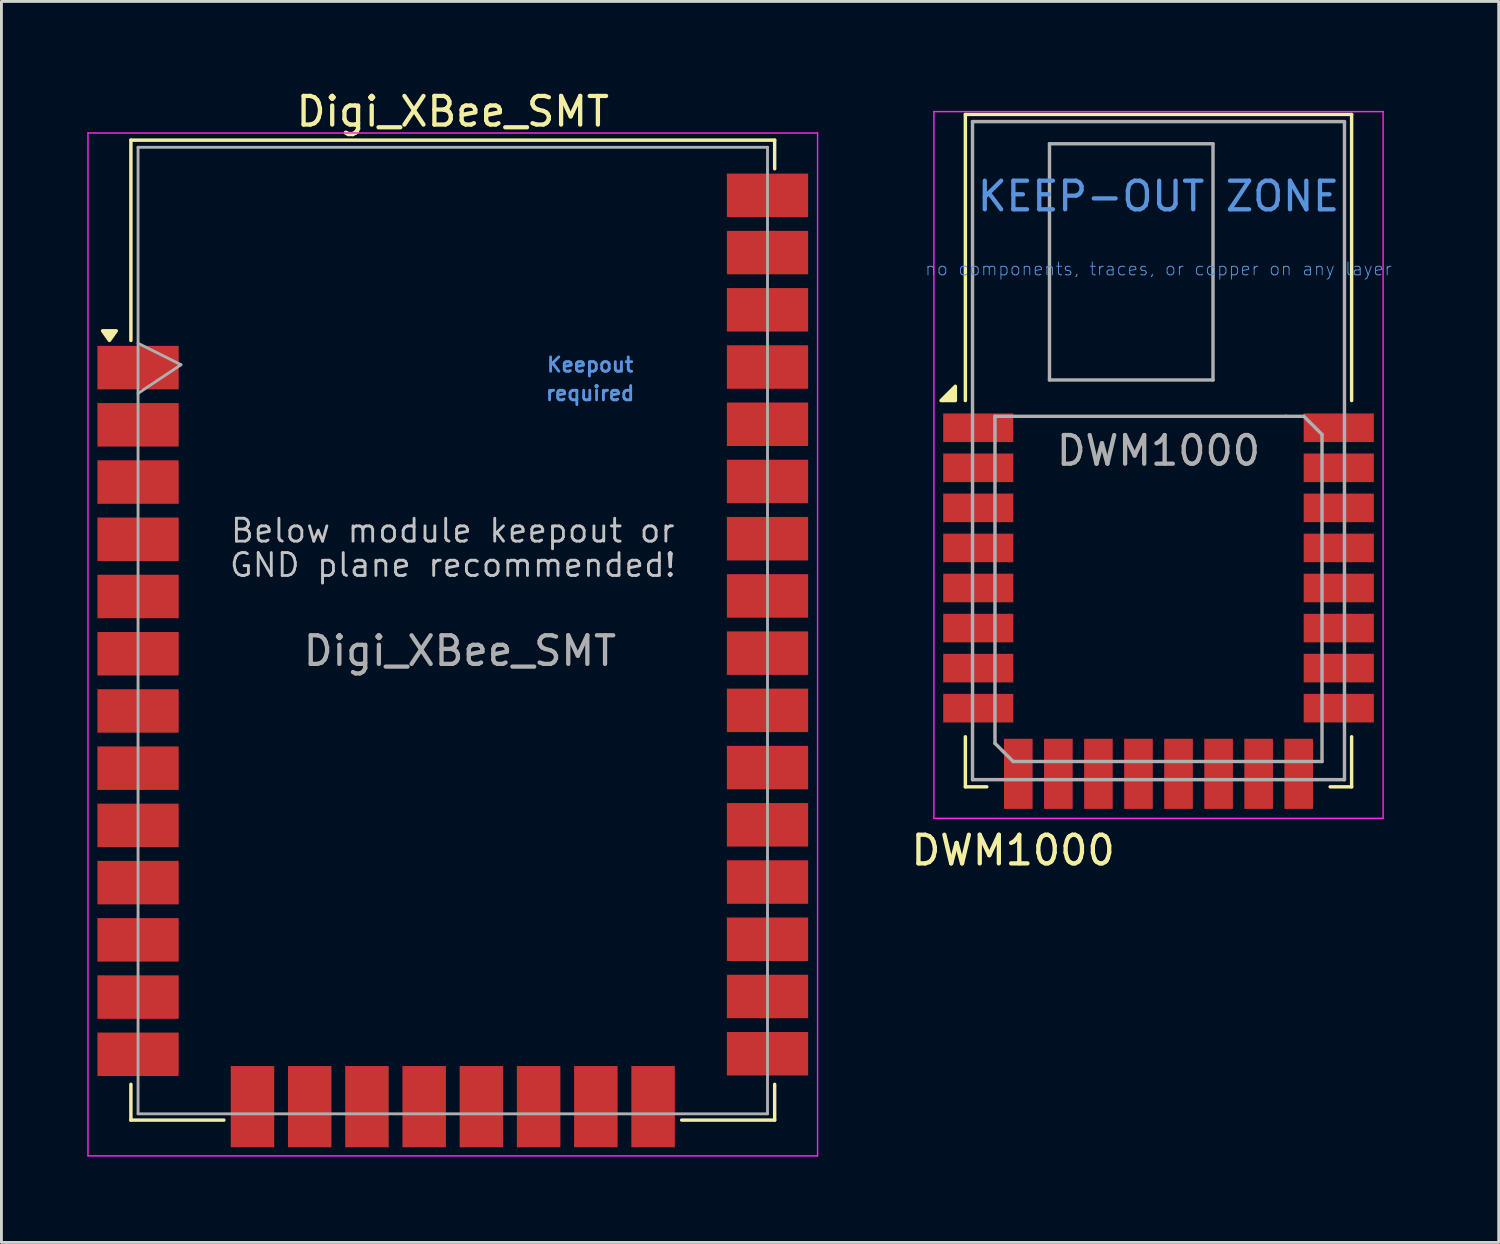
<source format=kicad_pcb>
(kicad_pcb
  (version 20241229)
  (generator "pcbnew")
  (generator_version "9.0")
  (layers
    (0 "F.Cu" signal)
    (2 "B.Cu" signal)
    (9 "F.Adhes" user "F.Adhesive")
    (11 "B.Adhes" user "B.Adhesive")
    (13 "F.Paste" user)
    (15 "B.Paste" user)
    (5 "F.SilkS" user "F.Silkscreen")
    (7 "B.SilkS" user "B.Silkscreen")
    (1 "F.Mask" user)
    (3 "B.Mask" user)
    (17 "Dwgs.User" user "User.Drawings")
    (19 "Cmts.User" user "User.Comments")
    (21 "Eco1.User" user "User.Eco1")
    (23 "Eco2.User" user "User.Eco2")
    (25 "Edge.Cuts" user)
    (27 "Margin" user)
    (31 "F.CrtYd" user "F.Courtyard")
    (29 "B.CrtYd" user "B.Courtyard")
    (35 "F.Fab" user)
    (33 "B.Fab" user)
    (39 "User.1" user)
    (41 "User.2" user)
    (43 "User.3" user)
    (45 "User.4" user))
  (footprint "DWM1000"
    (layer "F.Cu")
    (at 37.44 12.7)
    (property "Reference" "DWM1000" (at -5.08 13.97 0) (layer "F.SilkS") (effects (font (size 1 1) (thickness 0.15))))
    (attr smd)
    (fp_line (start -6.75 -11.75) (end -6.75 -1.75) (stroke (width 0.12) (type solid)) (layer "F.SilkS"))
    (fp_line (start -6.75 -11.75) (end 6.75 -11.75) (stroke (width 0.12) (type solid)) (layer "F.SilkS"))
    (fp_line (start -6.75 11.75) (end -6.75 10) (stroke (width 0.12) (type solid)) (layer "F.SilkS"))
    (fp_line (start -6 11.75) (end -6.75 11.75) (stroke (width 0.12) (type solid)) (layer "F.SilkS"))
    (fp_line (start 6 11.75) (end 6.75 11.75) (stroke (width 0.12) (type solid)) (layer "F.SilkS"))
    (fp_line (start 6.75 -11.75) (end 6.75 -1.75) (stroke (width 0.12) (type solid)) (layer "F.SilkS"))
    (fp_line (start 6.75 11.75) (end 6.75 10) (stroke (width 0.12) (type solid)) (layer "F.SilkS"))
    (fp_poly (pts (xy -7.1 -1.75) (xy -7.6 -1.75) (xy -7.1 -2.25) (xy -7.1 -1.75)) (stroke (width 0.12) (type solid)) (fill yes) (layer "F.SilkS"))
    (fp_line (start -7.85 -11.85) (end -7.85 12.85) (stroke (width 0.05) (type solid)) (layer "F.CrtYd"))
    (fp_line (start -7.85 12.85) (end 7.85 12.85) (stroke (width 0.05) (type solid)) (layer "F.CrtYd"))
    (fp_line (start 7.85 -11.85) (end -7.85 -11.85) (stroke (width 0.05) (type solid)) (layer "F.CrtYd"))
    (fp_line (start 7.85 12.85) (end 7.85 -11.85) (stroke (width 0.05) (type solid)) (layer "F.CrtYd"))
    (fp_line (start -6.5 -11.5) (end -6.5 11.5) (stroke (width 0.12) (type solid)) (layer "F.Fab"))
    (fp_line (start -6.5 11.5) (end 6.5 11.5) (stroke (width 0.12) (type solid)) (layer "F.Fab"))
    (fp_line (start -5.715 -1.2) (end 4.445 -1.2) (stroke (width 0.12) (type solid)) (layer "F.Fab"))
    (fp_line (start -5.715 10.23) (end -5.715 -1.2) (stroke (width 0.12) (type solid)) (layer "F.Fab"))
    (fp_line (start -5.08 10.865) (end -5.715 10.23) (stroke (width 0.12) (type solid)) (layer "F.Fab"))
    (fp_line (start -3.81 -10.725) (end 1.905 -10.725) (stroke (width 0.12) (type solid)) (layer "F.Fab"))
    (fp_line (start -3.81 -2.47) (end -3.81 -10.725) (stroke (width 0.12) (type solid)) (layer "F.Fab"))
    (fp_line (start 1.905 -10.725) (end 1.905 -2.47) (stroke (width 0.12) (type solid)) (layer "F.Fab"))
    (fp_line (start 1.905 -2.47) (end -3.81 -2.47) (stroke (width 0.12) (type solid)) (layer "F.Fab"))
    (fp_line (start 4.445 -1.2) (end 5.08 -1.2) (stroke (width 0.12) (type solid)) (layer "F.Fab"))
    (fp_line (start 5.08 -1.2) (end 5.715 -0.565) (stroke (width 0.12) (type solid)) (layer "F.Fab"))
    (fp_line (start 5.715 -0.565) (end 5.715 10.865) (stroke (width 0.12) (type solid)) (layer "F.Fab"))
    (fp_line (start 5.715 10.865) (end -5.08 10.865) (stroke (width 0.12) (type solid)) (layer "F.Fab"))
    (fp_line (start 6.5 -11.5) (end -6.5 -11.5) (stroke (width 0.12) (type solid)) (layer "F.Fab"))
    (fp_line (start 6.5 11.5) (end 6.5 -11.5) (stroke (width 0.12) (type solid)) (layer "F.Fab"))
    (fp_text user "KEEP-OUT ZONE" (at 0 -8.89 0) (layer "Cmts.User") (effects (font (size 1 1) (thickness 0.15))))
    (fp_text user "no components, traces, or copper on any layer" (at 0 -6.35 0) (layer "Cmts.User") (effects (font (size 0.45 0.45) (thickness 0.032))))
    (fp_text user "${REFERENCE}" (at 0 0 0) (layer "F.Fab") (effects (font (size 1 1) (thickness 0.15))))
    (pad "1" smd rect (at -6.3 -0.799 90) (size 1 2.45) (layers "F.Cu" "F.Mask" "F.Paste"))
    (pad "2" smd rect (at -6.3 0.601 90) (size 1 2.45) (layers "F.Cu" "F.Mask" "F.Paste"))
    (pad "3" smd rect (at -6.3 2.001 90) (size 1 2.45) (layers "F.Cu" "F.Mask" "F.Paste"))
    (pad "4" smd rect (at -6.3 3.401 90) (size 1 2.45) (layers "F.Cu" "F.Mask" "F.Paste"))
    (pad "5" smd rect (at -6.3 4.801 90) (size 1 2.45) (layers "F.Cu" "F.Mask" "F.Paste"))
    (pad "6" smd rect (at -6.3 6.201 90) (size 1 2.45) (layers "F.Cu" "F.Mask" "F.Paste"))
    (pad "7" smd rect (at -6.3 7.601 90) (size 1 2.45) (layers "F.Cu" "F.Mask" "F.Paste"))
    (pad "8" smd rect (at -6.3 9.001 90) (size 1 2.45) (layers "F.Cu" "F.Mask" "F.Paste"))
    (pad "9" smd rect (at -4.9 11.296) (size 1 2.45) (layers "F.Cu" "F.Mask" "F.Paste"))
    (pad "10" smd rect (at -3.5 11.296) (size 1 2.45) (layers "F.Cu" "F.Mask" "F.Paste"))
    (pad "11" smd rect (at -2.1 11.296) (size 1 2.45) (layers "F.Cu" "F.Mask" "F.Paste"))
    (pad "12" smd rect (at -0.7 11.296) (size 1 2.45) (layers "F.Cu" "F.Mask" "F.Paste"))
    (pad "13" smd rect (at 0.7 11.296) (size 1 2.45) (layers "F.Cu" "F.Mask" "F.Paste"))
    (pad "14" smd rect (at 2.1 11.296) (size 1 2.45) (layers "F.Cu" "F.Mask" "F.Paste"))
    (pad "15" smd rect (at 3.5 11.296) (size 1 2.45) (layers "F.Cu" "F.Mask" "F.Paste"))
    (pad "16" smd rect (at 4.9 11.296) (size 1 2.45) (layers "F.Cu" "F.Mask" "F.Paste"))
    (pad "17" smd rect (at 6.3 9 90) (size 1 2.45) (layers "F.Cu" "F.Mask" "F.Paste"))
    (pad "18" smd rect (at 6.3 7.6 90) (size 1 2.45) (layers "F.Cu" "F.Mask" "F.Paste"))
    (pad "19" smd rect (at 6.3 6.201 90) (size 1 2.45) (layers "F.Cu" "F.Mask" "F.Paste"))
    (pad "20" smd rect (at 6.3 4.801 90) (size 1 2.45) (layers "F.Cu" "F.Mask" "F.Paste"))
    (pad "21" smd rect (at 6.3 3.401 90) (size 1 2.45) (layers "F.Cu" "F.Mask" "F.Paste"))
    (pad "22" smd rect (at 6.3 2.001 90) (size 1 2.45) (layers "F.Cu" "F.Mask" "F.Paste"))
    (pad "23" smd rect (at 6.3 0.601 90) (size 1 2.45) (layers "F.Cu" "F.Mask" "F.Paste"))
    (pad "24" smd rect (at 6.3 -0.799 90) (size 1 2.45) (layers "F.Cu" "F.Mask" "F.Paste"))
    (zone (net_name "") (layers "F.Cu" "B.Cu") (hatch full 0.508) (connect_pads) (min_thickness 0.254) (filled_areas_thickness no) (keepout (tracks not_allowed) (vias not_allowed) (pads not_allowed) (copperpour not_allowed) (footprints not_allowed)) (placement (enabled no)) (fill) (polygon (pts (xy 28.55 11.38) (xy 46.33 11.38) (xy 46.33 0) (xy 28.55 0)))))
  (footprint "Digi_XBee_SMT"
    (layer "F.Cu")
    (at 12.775 19.698)
    (property "Reference" "Digi_XBee_SMT" (at 0 -18.85 0) (layer "F.SilkS") (effects (font (size 1 1) (thickness 0.15))))
    (attr smd)
    (fp_line (start -11.25 -17.85) (end 11.25 -17.85) (stroke (width 0.12) (type solid)) (layer "F.SilkS"))
    (fp_line (start -11.25 -10.85) (end -11.25 -17.85) (stroke (width 0.12) (type solid)) (layer "F.SilkS"))
    (fp_line (start -11.25 15.15) (end -11.25 16.4) (stroke (width 0.12) (type solid)) (layer "F.SilkS"))
    (fp_line (start -11.25 16.4) (end -8 16.4) (stroke (width 0.12) (type solid)) (layer "F.SilkS"))
    (fp_line (start 8 16.4) (end 11.25 16.4) (stroke (width 0.12) (type solid)) (layer "F.SilkS"))
    (fp_line (start 11.25 -17.85) (end 11.25 -16.85) (stroke (width 0.12) (type solid)) (layer "F.SilkS"))
    (fp_line (start 11.25 16.4) (end 11.25 15.15) (stroke (width 0.12) (type solid)) (layer "F.SilkS"))
    (fp_poly (pts (xy -12 -10.85) (xy -12.24 -11.186) (xy -11.76 -11.186) (xy -12 -10.85)) (stroke (width 0.12) (type solid)) (fill yes) (layer "F.SilkS"))
    (fp_line (start -12.75 -18.1) (end 12.75 -18.1) (stroke (width 0.05) (type solid)) (layer "F.CrtYd"))
    (fp_line (start -12.75 17.65) (end -12.75 -18.1) (stroke (width 0.05) (type solid)) (layer "F.CrtYd"))
    (fp_line (start 12.75 -18.1) (end 12.75 17.65) (stroke (width 0.05) (type solid)) (layer "F.CrtYd"))
    (fp_line (start 12.75 17.65) (end -12.75 17.65) (stroke (width 0.05) (type solid)) (layer "F.CrtYd"))
    (fp_line (start -11 -17.6) (end -11 16.18) (stroke (width 0.1) (type solid)) (layer "F.Fab"))
    (fp_line (start -11 -10.75) (end -9.5 -10) (stroke (width 0.1) (type solid)) (layer "F.Fab"))
    (fp_line (start -11 16.18) (end 11 16.18) (stroke (width 0.1) (type solid)) (layer "F.Fab"))
    (fp_line (start -9.5 -10) (end -11 -9) (stroke (width 0.1) (type solid)) (layer "F.Fab"))
    (fp_line (start 11 -17.6) (end -11 -17.6) (stroke (width 0.1) (type solid)) (layer "F.Fab"))
    (fp_line (start 11 16.18) (end 11 -17.6) (stroke (width 0.1) (type solid)) (layer "F.Fab"))
    (fp_text user "Below module keepout or" (at 0 -4.2 0) (layer "Dwgs.User") (effects (font (size 0.8 0.8) (thickness 0.1))))
    (fp_text user "GND plane recommended!" (at 0 -3 0) (layer "Dwgs.User") (effects (font (size 0.8 0.8) (thickness 0.1))))
    (fp_text user "required" (at 4.8 -9 0) (layer "Cmts.User") (effects (font (size 0.5 0.5) (thickness 0.1))))
    (fp_text user "Keepout" (at 4.8 -10 0) (layer "Cmts.User") (effects (font (size 0.5 0.5) (thickness 0.1))))
    (fp_text user "${REFERENCE}" (at 0.25 0 0) (layer "F.Fab") (effects (font (size 1 1) (thickness 0.15))))
    (pad "1" smd rect (at -11 -9.9) (size 2.84 1.52) (layers "F.Cu" "F.Mask" "F.Paste"))
    (pad "2" smd rect (at -11 -7.9) (size 2.84 1.52) (layers "F.Cu" "F.Mask" "F.Paste"))
    (pad "3" smd rect (at -11 -5.9) (size 2.84 1.52) (layers "F.Cu" "F.Mask" "F.Paste"))
    (pad "4" smd rect (at -11 -3.9) (size 2.84 1.52) (layers "F.Cu" "F.Mask" "F.Paste"))
    (pad "5" smd rect (at -11 -1.9) (size 2.84 1.52) (layers "F.Cu" "F.Mask" "F.Paste"))
    (pad "6" smd rect (at -11 0.1) (size 2.84 1.52) (layers "F.Cu" "F.Mask" "F.Paste"))
    (pad "7" smd rect (at -11 2.1) (size 2.84 1.52) (layers "F.Cu" "F.Mask" "F.Paste"))
    (pad "8" smd rect (at -11 4.1) (size 2.84 1.52) (layers "F.Cu" "F.Mask" "F.Paste"))
    (pad "9" smd rect (at -11 6.1) (size 2.84 1.52) (layers "F.Cu" "F.Mask" "F.Paste"))
    (pad "10" smd rect (at -11 8.1) (size 2.84 1.52) (layers "F.Cu" "F.Mask" "F.Paste"))
    (pad "11" smd rect (at -11 10.1) (size 2.84 1.52) (layers "F.Cu" "F.Mask" "F.Paste"))
    (pad "12" smd rect (at -11 12.1) (size 2.84 1.52) (layers "F.Cu" "F.Mask" "F.Paste"))
    (pad "13" smd rect (at -11 14.1) (size 2.84 1.52) (layers "F.Cu" "F.Mask" "F.Paste"))
    (pad "14" smd rect (at -7 15.93 90) (size 2.84 1.52) (layers "F.Cu" "F.Mask" "F.Paste"))
    (pad "15" smd rect (at -5 15.93 90) (size 2.84 1.52) (layers "F.Cu" "F.Mask" "F.Paste"))
    (pad "16" smd rect (at -3 15.93 90) (size 2.84 1.52) (layers "F.Cu" "F.Mask" "F.Paste"))
    (pad "17" smd rect (at -1 15.93 90) (size 2.84 1.52) (layers "F.Cu" "F.Mask" "F.Paste"))
    (pad "18" smd rect (at 1 15.93 90) (size 2.84 1.52) (layers "F.Cu" "F.Mask" "F.Paste"))
    (pad "19" smd rect (at 3 15.93 90) (size 2.84 1.52) (layers "F.Cu" "F.Mask" "F.Paste"))
    (pad "20" smd rect (at 5 15.93 90) (size 2.84 1.52) (layers "F.Cu" "F.Mask" "F.Paste"))
    (pad "21" smd rect (at 7 15.93 90) (size 2.84 1.52) (layers "F.Cu" "F.Mask" "F.Paste"))
    (pad "22" smd rect (at 11 14.08) (size 2.84 1.52) (layers "F.Cu" "F.Mask" "F.Paste"))
    (pad "23" smd rect (at 11 12.08) (size 2.84 1.52) (layers "F.Cu" "F.Mask" "F.Paste"))
    (pad "24" smd rect (at 11 10.08) (size 2.84 1.52) (layers "F.Cu" "F.Mask" "F.Paste"))
    (pad "25" smd rect (at 11 8.08) (size 2.84 1.52) (layers "F.Cu" "F.Mask" "F.Paste"))
    (pad "26" smd rect (at 11 6.08) (size 2.84 1.52) (layers "F.Cu" "F.Mask" "F.Paste"))
    (pad "27" smd rect (at 11 4.08) (size 2.84 1.52) (layers "F.Cu" "F.Mask" "F.Paste"))
    (pad "28" smd rect (at 11 2.08) (size 2.84 1.52) (layers "F.Cu" "F.Mask" "F.Paste"))
    (pad "29" smd rect (at 11 0.08) (size 2.84 1.52) (layers "F.Cu" "F.Mask" "F.Paste"))
    (pad "30" smd rect (at 11 -1.92) (size 2.84 1.52) (layers "F.Cu" "F.Mask" "F.Paste"))
    (pad "31" smd rect (at 11 -3.92) (size 2.84 1.52) (layers "F.Cu" "F.Mask" "F.Paste"))
    (pad "32" smd rect (at 11 -5.92) (size 2.84 1.52) (layers "F.Cu" "F.Mask" "F.Paste"))
    (pad "33" smd rect (at 11 -7.92) (size 2.84 1.52) (layers "F.Cu" "F.Mask" "F.Paste"))
    (pad "34" smd rect (at 11 -9.92) (size 2.84 1.52) (layers "F.Cu" "F.Mask" "F.Paste"))
    (pad "35" smd rect (at 11 -11.92) (size 2.84 1.52) (layers "F.Cu" "F.Mask" "F.Paste"))
    (pad "36" smd rect (at 11 -13.92) (size 2.84 1.52) (layers "F.Cu" "F.Mask" "F.Paste"))
    (pad "37" smd rect (at 11 -15.92) (size 2.84 1.52) (layers "F.Cu" "F.Mask" "F.Paste"))
    (zone (net_name "") (layer "F.Cu") (hatch full 0.508) (connect_pads) (min_thickness 0.254) (filled_areas_thickness no) (keepout (tracks not_allowed) (vias not_allowed) (pads not_allowed) (copperpour not_allowed) (footprints not_allowed)) (placement (enabled no)) (fill) (polygon (pts (xy 15.775 9.098) (xy 22.175 9.098) (xy 22.175 11.398) (xy 15.775 11.398)))))
  (gr_rect
    (start -3 -3)
    (end 49.33 40.373)
    (stroke (width 0.1) (type default))
    (fill no)
    (layer "Edge.Cuts")))
</source>
